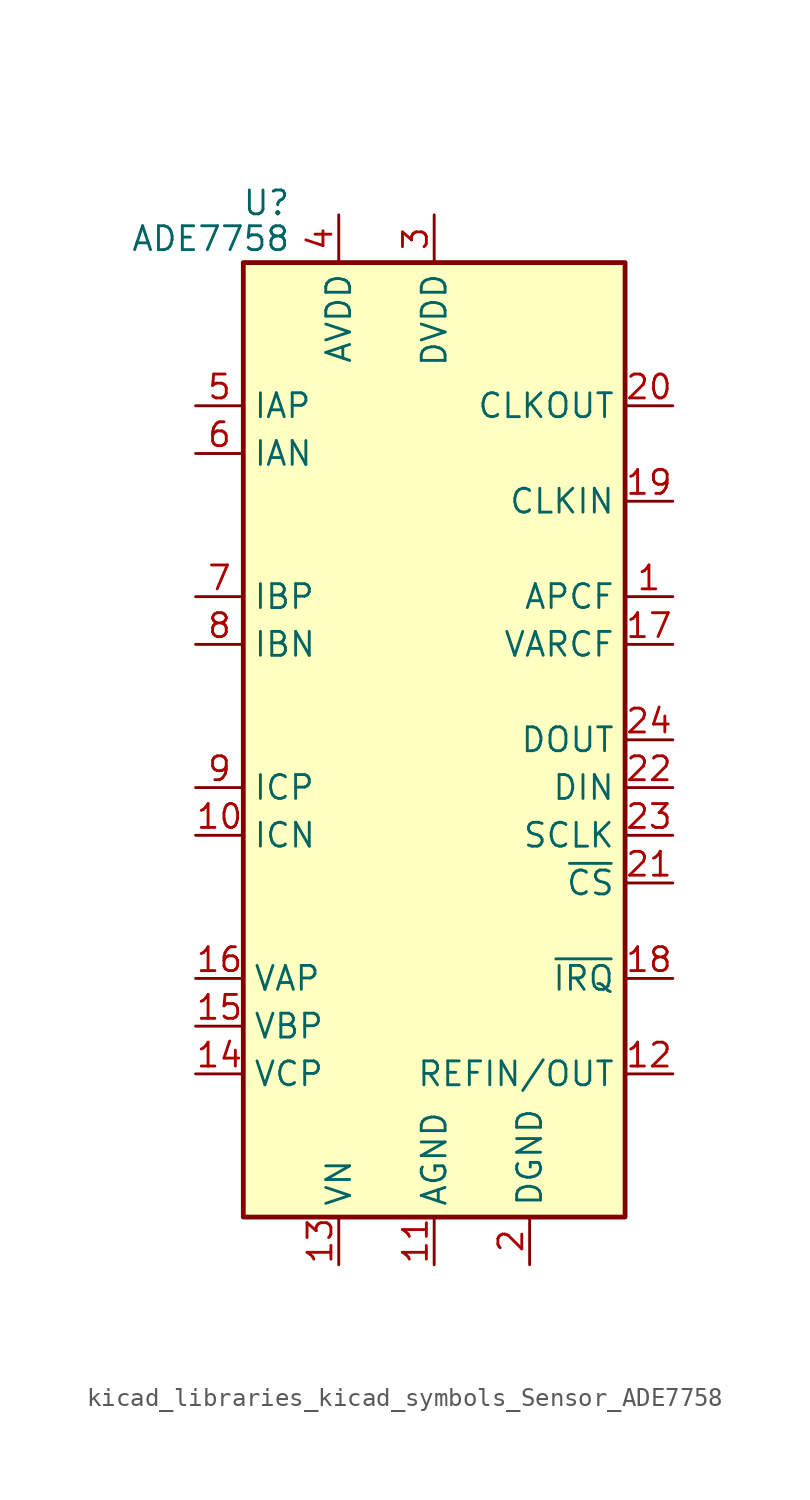
<source format=kicad_sym>
(kicad_symbol_lib
  (version 20220914)
  (generator kicad_symbol_editor)
  (symbol "kicad_libraries_kicad_symbols_Sensor_ADE7758"
    (property "Reference" "U"
      (at -7.62 28.575 0)
      (effects (font (size 1.27 1.27)) (justify right)))
    (property "Value" "ADE7758"
      (at -7.62 26.67 0)
      (effects (font (size 1.27 1.27)) (justify right)))
    (symbol "kicad_libraries_kicad_symbols_Sensor_ADE7758_0_1"
      (rectangle (start 10.16 -25.4) (end -10.16 25.4) (stroke (width 0.254) (type default)) (fill (type background))))
    (symbol "kicad_libraries_kicad_symbols_Sensor_ADE7758_1_1"
      (pin output line (at 12.7 7.62 180) (length 2.54) (name "APCF" (effects (font (size 1.27 1.27)))) (number "1" (effects (font (size 1.27 1.27)))))
      (pin input line (at -12.7 -5.08 0) (length 2.54) (name "ICN" (effects (font (size 1.27 1.27)))) (number "10" (effects (font (size 1.27 1.27)))))
      (pin power_in line (at 0 -27.94 90) (length 2.54) (name "AGND" (effects (font (size 1.27 1.27)))) (number "11" (effects (font (size 1.27 1.27)))))
      (pin input line (at 12.7 -17.78 180) (length 2.54) (name "REFIN/OUT" (effects (font (size 1.27 1.27)))) (number "12" (effects (font (size 1.27 1.27)))))
      (pin power_in line (at -5.08 -27.94 90) (length 2.54) (name "VN" (effects (font (size 1.27 1.27)))) (number "13" (effects (font (size 1.27 1.27)))))
      (pin input line (at -12.7 -17.78 0) (length 2.54) (name "VCP" (effects (font (size 1.27 1.27)))) (number "14" (effects (font (size 1.27 1.27)))))
      (pin input line (at -12.7 -15.24 0) (length 2.54) (name "VBP" (effects (font (size 1.27 1.27)))) (number "15" (effects (font (size 1.27 1.27)))))
      (pin input line (at -12.7 -12.7 0) (length 2.54) (name "VAP" (effects (font (size 1.27 1.27)))) (number "16" (effects (font (size 1.27 1.27)))))
      (pin output line (at 12.7 5.08 180) (length 2.54) (name "VARCF" (effects (font (size 1.27 1.27)))) (number "17" (effects (font (size 1.27 1.27)))))
      (pin open_collector line (at 12.7 -12.7 180) (length 2.54) (name "~{IRQ}" (effects (font (size 1.27 1.27)))) (number "18" (effects (font (size 1.27 1.27)))))
      (pin input line (at 12.7 12.7 180) (length 2.54) (name "CLKIN" (effects (font (size 1.27 1.27)))) (number "19" (effects (font (size 1.27 1.27)))))
      (pin power_in line (at 5.08 -27.94 90) (length 2.54) (name "DGND" (effects (font (size 1.27 1.27)))) (number "2" (effects (font (size 1.27 1.27)))))
      (pin output line (at 12.7 17.78 180) (length 2.54) (name "CLKOUT" (effects (font (size 1.27 1.27)))) (number "20" (effects (font (size 1.27 1.27)))))
      (pin input line (at 12.7 -7.62 180) (length 2.54) (name "~{CS}" (effects (font (size 1.27 1.27)))) (number "21" (effects (font (size 1.27 1.27)))))
      (pin input line (at 12.7 -2.54 180) (length 2.54) (name "DIN" (effects (font (size 1.27 1.27)))) (number "22" (effects (font (size 1.27 1.27)))))
      (pin input line (at 12.7 -5.08 180) (length 2.54) (name "SCLK" (effects (font (size 1.27 1.27)))) (number "23" (effects (font (size 1.27 1.27)))))
      (pin output line (at 12.7 0 180) (length 2.54) (name "DOUT" (effects (font (size 1.27 1.27)))) (number "24" (effects (font (size 1.27 1.27)))))
      (pin power_in line (at 0 27.94 270) (length 2.54) (name "DVDD" (effects (font (size 1.27 1.27)))) (number "3" (effects (font (size 1.27 1.27)))))
      (pin power_in line (at -5.08 27.94 270) (length 2.54) (name "AVDD" (effects (font (size 1.27 1.27)))) (number "4" (effects (font (size 1.27 1.27)))))
      (pin input line (at -12.7 17.78 0) (length 2.54) (name "IAP" (effects (font (size 1.27 1.27)))) (number "5" (effects (font (size 1.27 1.27)))))
      (pin input line (at -12.7 15.24 0) (length 2.54) (name "IAN" (effects (font (size 1.27 1.27)))) (number "6" (effects (font (size 1.27 1.27)))))
      (pin input line (at -12.7 7.62 0) (length 2.54) (name "IBP" (effects (font (size 1.27 1.27)))) (number "7" (effects (font (size 1.27 1.27)))))
      (pin input line (at -12.7 5.08 0) (length 2.54) (name "IBN" (effects (font (size 1.27 1.27)))) (number "8" (effects (font (size 1.27 1.27)))))
      (pin input line (at -12.7 -2.54 0) (length 2.54) (name "ICP" (effects (font (size 1.27 1.27)))) (number "9" (effects (font (size 1.27 1.27))))))))
</source>
